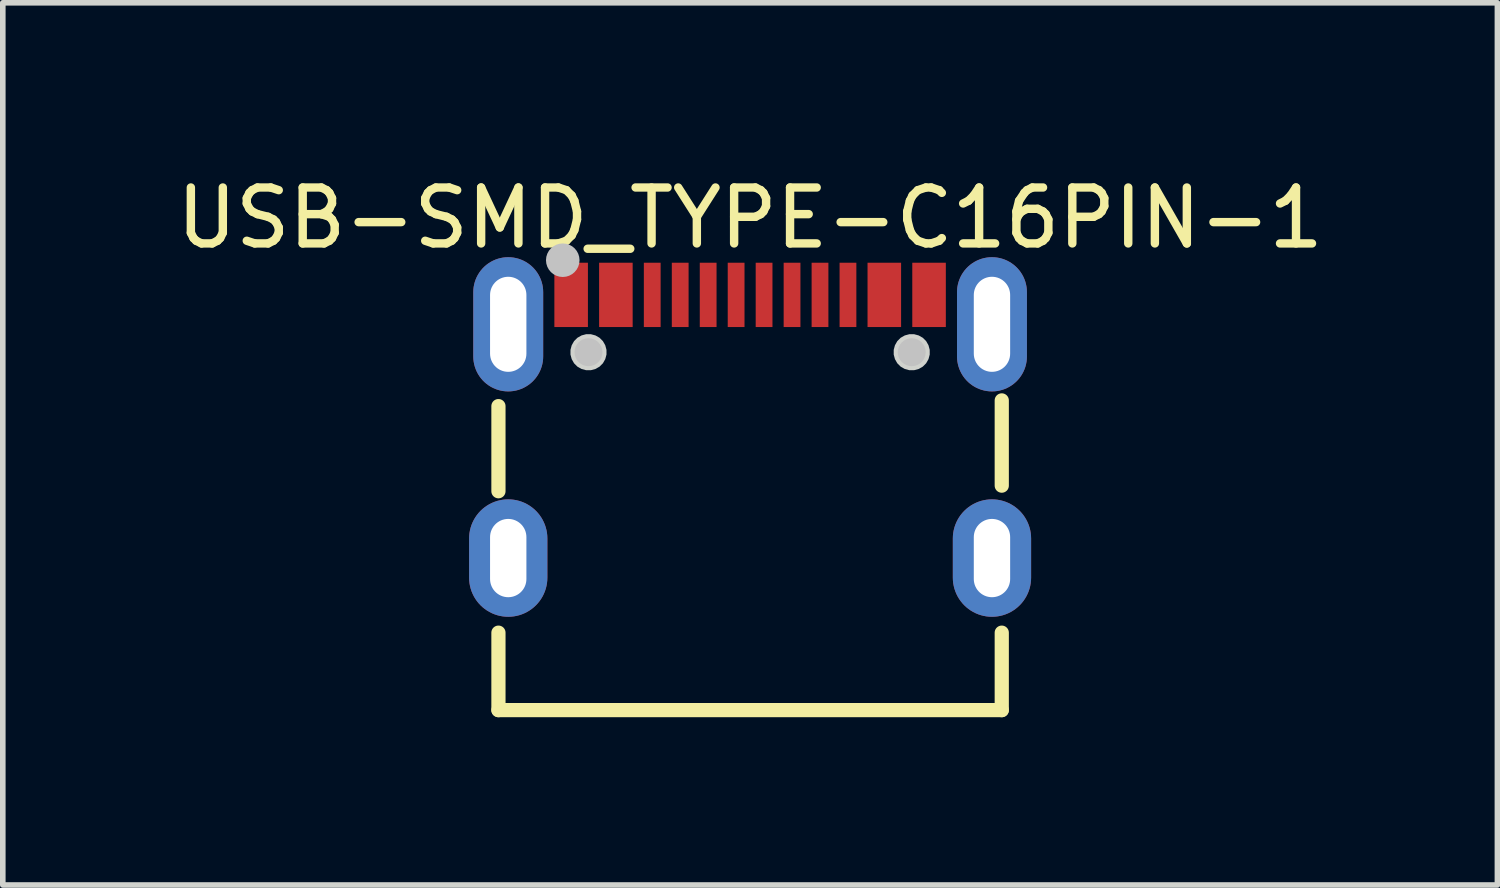
<source format=kicad_pcb>
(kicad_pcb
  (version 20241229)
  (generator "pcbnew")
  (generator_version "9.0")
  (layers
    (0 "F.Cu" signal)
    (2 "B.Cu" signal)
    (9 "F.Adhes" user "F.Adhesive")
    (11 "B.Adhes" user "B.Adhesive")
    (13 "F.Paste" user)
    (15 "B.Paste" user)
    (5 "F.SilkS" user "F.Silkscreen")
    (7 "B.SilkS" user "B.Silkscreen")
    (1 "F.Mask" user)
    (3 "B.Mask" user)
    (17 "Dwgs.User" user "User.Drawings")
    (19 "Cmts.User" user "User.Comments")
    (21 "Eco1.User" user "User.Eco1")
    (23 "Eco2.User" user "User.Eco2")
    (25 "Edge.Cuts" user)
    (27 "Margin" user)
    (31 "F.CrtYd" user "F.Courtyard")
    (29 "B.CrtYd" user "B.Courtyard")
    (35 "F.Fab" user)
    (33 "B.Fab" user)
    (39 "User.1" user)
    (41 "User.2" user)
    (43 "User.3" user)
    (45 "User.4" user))
  (footprint "USB-SMD_TYPE-C16PIN-1"
    (layer "F.Cu")
    (at 10.363 4.576)
    (property "Reference" "USB-SMD_TYPE-C16PIN-1" (at 0 -3.728 0) (layer "F.SilkS") (effects (font (size 1 1) (thickness 0.15))))
    (fp_line (start -4.5 -0.364) (end -4.5 1.158) (stroke (width 0.254) (type default)) (layer "F.SilkS"))
    (fp_line (start -4.5 3.687) (end -4.5 5.072) (stroke (width 0.254) (type default)) (layer "F.SilkS"))
    (fp_line (start -4.5 5.072) (end 4.5 5.072) (stroke (width 0.254) (type default)) (layer "F.SilkS"))
    (fp_line (start 4.5 1.058) (end 4.5 -0.466) (stroke (width 0.254) (type default)) (layer "F.SilkS"))
    (fp_line (start 4.5 5.072) (end 4.5 3.687) (stroke (width 0.254) (type default)) (layer "F.SilkS"))
    (fp_poly (pts (xy -3.5 -2.928) (xy -2.9 -2.928) (xy -2.9 -1.778) (xy -3.5 -1.778)) (stroke (width 0) (type default)) (fill yes) (layer "F.Paste"))
    (fp_poly (pts (xy -2.7 -2.928) (xy -2.1 -2.928) (xy -2.1 -1.778) (xy -2.7 -1.778)) (stroke (width 0) (type default)) (fill yes) (layer "F.Paste"))
    (fp_poly (pts (xy -1.9 -2.928) (xy -1.6 -2.928) (xy -1.6 -1.778) (xy -1.9 -1.778)) (stroke (width 0) (type default)) (fill yes) (layer "F.Paste"))
    (fp_poly (pts (xy -1.4 -2.928) (xy -1.1 -2.928) (xy -1.1 -1.778) (xy -1.4 -1.778)) (stroke (width 0) (type default)) (fill yes) (layer "F.Paste"))
    (fp_poly (pts (xy -0.9 -2.928) (xy -0.6 -2.928) (xy -0.6 -1.778) (xy -0.9 -1.778)) (stroke (width 0) (type default)) (fill yes) (layer "F.Paste"))
    (fp_poly (pts (xy -0.4 -2.928) (xy -0.1 -2.928) (xy -0.1 -1.778) (xy -0.4 -1.778)) (stroke (width 0) (type default)) (fill yes) (layer "F.Paste"))
    (fp_poly (pts (xy 0.1 -2.928) (xy 0.4 -2.928) (xy 0.4 -1.778) (xy 0.1 -1.778)) (stroke (width 0) (type default)) (fill yes) (layer "F.Paste"))
    (fp_poly (pts (xy 0.6 -2.928) (xy 0.9 -2.928) (xy 0.9 -1.778) (xy 0.6 -1.778)) (stroke (width 0) (type default)) (fill yes) (layer "F.Paste"))
    (fp_poly (pts (xy 1.1 -2.928) (xy 1.4 -2.928) (xy 1.4 -1.778) (xy 1.1 -1.778)) (stroke (width 0) (type default)) (fill yes) (layer "F.Paste"))
    (fp_poly (pts (xy 1.6 -2.928) (xy 1.9 -2.928) (xy 1.9 -1.778) (xy 1.6 -1.778)) (stroke (width 0) (type default)) (fill yes) (layer "F.Paste"))
    (fp_poly (pts (xy 2.1 -2.928) (xy 2.7 -2.928) (xy 2.7 -1.778) (xy 2.1 -1.778)) (stroke (width 0) (type default)) (fill yes) (layer "F.Paste"))
    (fp_poly (pts (xy 2.9 -2.928) (xy 3.5 -2.928) (xy 3.5 -1.778) (xy 2.9 -1.778)) (stroke (width 0) (type default)) (fill yes) (layer "F.Paste"))
    (fp_poly (pts (xy -4.279 -3.026) (xy -4.309 -3.027) (xy -4.34 -3.027) (xy -4.372 -3.026) (xy -4.403 -3.023) (xy -4.434 -3.018) (xy -4.464 -3.012) (xy -4.495 -3.005) (xy -4.524 -2.995) (xy -4.553 -2.985) (xy -4.582 -2.973) (xy -4.611 -2.959) (xy -4.638 -2.944) (xy -4.664 -2.928) (xy -4.69 -2.91) (xy -4.715 -2.892) (xy -4.739 -2.872) (xy -4.761 -2.85) (xy -4.784 -2.828) (xy -4.804 -2.804) (xy -4.824 -2.78) (xy -4.841 -2.755) (xy -4.859 -2.728) (xy -4.874 -2.701) (xy -4.888 -2.674) (xy -4.901 -2.646) (xy -4.912 -2.616) (xy -4.923 -2.587) (xy -4.931 -2.557) (xy -4.938 -2.526) (xy -4.943 -2.496) (xy -4.947 -2.465) (xy -4.949 -2.434) (xy -4.95 -2.402) (xy -4.95 -1.252) (xy -4.949 -1.222) (xy -4.947 -1.19) (xy -4.943 -1.159) (xy -4.938 -1.129) (xy -4.931 -1.099) (xy -4.923 -1.069) (xy -4.912 -1.039) (xy -4.901 -1.01) (xy -4.888 -0.982) (xy -4.874 -0.954) (xy -4.859 -0.927) (xy -4.841 -0.9) (xy -4.824 -0.875) (xy -4.804 -0.851) (xy -4.784 -0.828) (xy -4.761 -0.805) (xy -4.739 -0.784) (xy -4.715 -0.764) (xy -4.69 -0.745) (xy -4.664 -0.728) (xy -4.638 -0.712) (xy -4.611 -0.697) (xy -4.582 -0.683) (xy -4.553 -0.671) (xy -4.524 -0.66) (xy -4.495 -0.651) (xy -4.464 -0.643) (xy -4.434 -0.637) (xy -4.403 -0.632) (xy -4.372 -0.629) (xy -4.34 -0.628) (xy -4.309 -0.628) (xy -4.279 -0.629) (xy -4.247 -0.632) (xy -4.216 -0.637) (xy -4.186 -0.643) (xy -4.156 -0.651) (xy -4.126 -0.66) (xy -4.097 -0.671) (xy -4.068 -0.683) (xy -4.04 -0.697) (xy -4.013 -0.712) (xy -3.986 -0.728) (xy -3.961 -0.745) (xy -3.936 -0.764) (xy -3.912 -0.784) (xy -3.889 -0.805) (xy -3.867 -0.828) (xy -3.846 -0.851) (xy -3.827 -0.875) (xy -3.808 -0.9) (xy -3.792 -0.927) (xy -3.776 -0.954) (xy -3.762 -0.982) (xy -3.749 -1.01) (xy -3.738 -1.039) (xy -3.728 -1.069) (xy -3.72 -1.099) (xy -3.712 -1.129) (xy -3.707 -1.159) (xy -3.703 -1.19) (xy -3.701 -1.222) (xy -3.7 -1.252) (xy -3.7 -2.402) (xy -3.701 -2.434) (xy -3.703 -2.465) (xy -3.707 -2.496) (xy -3.712 -2.526) (xy -3.72 -2.557) (xy -3.728 -2.587) (xy -3.738 -2.616) (xy -3.749 -2.646) (xy -3.762 -2.674) (xy -3.776 -2.701) (xy -3.792 -2.728) (xy -3.808 -2.755) (xy -3.827 -2.78) (xy -3.846 -2.804) (xy -3.867 -2.828) (xy -3.889 -2.85) (xy -3.912 -2.872) (xy -3.936 -2.892) (xy -3.961 -2.91) (xy -3.986 -2.928) (xy -4.013 -2.944) (xy -4.04 -2.959) (xy -4.068 -2.973) (xy -4.097 -2.985) (xy -4.126 -2.995) (xy -4.156 -3.005) (xy -4.186 -3.012) (xy -4.216 -3.018) (xy -4.247 -3.023)) (stroke (width 0) (type default)) (fill yes) (layer "F.Paste"))
    (fp_poly (pts (xy -4.273 1.304) (xy -4.308 1.303) (xy -4.343 1.303) (xy -4.378 1.304) (xy -4.412 1.308) (xy -4.447 1.313) (xy -4.481 1.32) (xy -4.514 1.329) (xy -4.548 1.339) (xy -4.581 1.351) (xy -4.613 1.365) (xy -4.644 1.38) (xy -4.675 1.397) (xy -4.705 1.415) (xy -4.734 1.435) (xy -4.761 1.456) (xy -4.788 1.478) (xy -4.814 1.502) (xy -4.838 1.526) (xy -4.862 1.552) (xy -4.883 1.58) (xy -4.904 1.609) (xy -4.923 1.637) (xy -4.94 1.668) (xy -4.956 1.699) (xy -4.97 1.731) (xy -4.983 1.764) (xy -4.994 1.796) (xy -5.003 1.83) (xy -5.011 1.864) (xy -5.018 1.899) (xy -5.021 1.933) (xy -5.024 1.968) (xy -5.025 2.002) (xy -5.025 2.703) (xy -5.024 2.737) (xy -5.021 2.772) (xy -5.018 2.807) (xy -5.011 2.841) (xy -5.003 2.876) (xy -4.994 2.909) (xy -4.983 2.942) (xy -4.97 2.974) (xy -4.956 3.006) (xy -4.94 3.038) (xy -4.923 3.067) (xy -4.904 3.097) (xy -4.883 3.126) (xy -4.862 3.152) (xy -4.838 3.179) (xy -4.814 3.204) (xy -4.788 3.228) (xy -4.761 3.25) (xy -4.734 3.271) (xy -4.705 3.291) (xy -4.675 3.309) (xy -4.644 3.325) (xy -4.613 3.341) (xy -4.581 3.354) (xy -4.548 3.366) (xy -4.514 3.377) (xy -4.481 3.385) (xy -4.447 3.392) (xy -4.412 3.397) (xy -4.378 3.401) (xy -4.343 3.402) (xy -4.308 3.402) (xy -4.273 3.401) (xy -4.238 3.397) (xy -4.204 3.392) (xy -4.17 3.385) (xy -4.136 3.377) (xy -4.102 3.366) (xy -4.069 3.354) (xy -4.037 3.341) (xy -4.006 3.325) (xy -3.975 3.309) (xy -3.946 3.291) (xy -3.917 3.271) (xy -3.889 3.25) (xy -3.862 3.228) (xy -3.837 3.204) (xy -3.812 3.179) (xy -3.789 3.152) (xy -3.767 3.126) (xy -3.747 3.097) (xy -3.728 3.067) (xy -3.711 3.038) (xy -3.695 3.006) (xy -3.68 2.974) (xy -3.667 2.942) (xy -3.656 2.909) (xy -3.647 2.876) (xy -3.639 2.841) (xy -3.633 2.807) (xy -3.628 2.772) (xy -3.626 2.737) (xy -3.625 2.703) (xy -3.625 2.002) (xy -3.626 1.968) (xy -3.628 1.933) (xy -3.633 1.899) (xy -3.639 1.864) (xy -3.647 1.83) (xy -3.656 1.796) (xy -3.667 1.764) (xy -3.68 1.731) (xy -3.695 1.699) (xy -3.711 1.668) (xy -3.728 1.637) (xy -3.747 1.609) (xy -3.767 1.58) (xy -3.789 1.552) (xy -3.812 1.526) (xy -3.837 1.502) (xy -3.862 1.478) (xy -3.889 1.456) (xy -3.917 1.435) (xy -3.946 1.415) (xy -3.975 1.397) (xy -4.006 1.38) (xy -4.037 1.365) (xy -4.069 1.351) (xy -4.102 1.339) (xy -4.136 1.329) (xy -4.17 1.32) (xy -4.204 1.313) (xy -4.238 1.308)) (stroke (width 0) (type default)) (fill yes) (layer "F.Paste"))
    (fp_poly (pts (xy 4.372 -3.026) (xy 4.34 -3.027) (xy 4.309 -3.027) (xy 4.279 -3.026) (xy 4.247 -3.023) (xy 4.216 -3.018) (xy 4.186 -3.012) (xy 4.156 -3.005) (xy 4.126 -2.995) (xy 4.097 -2.985) (xy 4.068 -2.973) (xy 4.04 -2.959) (xy 4.013 -2.944) (xy 3.986 -2.928) (xy 3.961 -2.91) (xy 3.936 -2.892) (xy 3.912 -2.872) (xy 3.889 -2.85) (xy 3.867 -2.828) (xy 3.846 -2.804) (xy 3.827 -2.78) (xy 3.808 -2.755) (xy 3.792 -2.728) (xy 3.776 -2.701) (xy 3.762 -2.674) (xy 3.749 -2.646) (xy 3.738 -2.616) (xy 3.728 -2.587) (xy 3.72 -2.557) (xy 3.712 -2.526) (xy 3.707 -2.496) (xy 3.703 -2.465) (xy 3.701 -2.434) (xy 3.7 -2.402) (xy 3.7 -1.252) (xy 3.701 -1.222) (xy 3.703 -1.19) (xy 3.707 -1.159) (xy 3.712 -1.129) (xy 3.72 -1.099) (xy 3.728 -1.069) (xy 3.738 -1.039) (xy 3.749 -1.01) (xy 3.762 -0.982) (xy 3.776 -0.954) (xy 3.792 -0.927) (xy 3.808 -0.9) (xy 3.827 -0.875) (xy 3.846 -0.851) (xy 3.867 -0.828) (xy 3.889 -0.805) (xy 3.912 -0.784) (xy 3.936 -0.764) (xy 3.961 -0.745) (xy 3.986 -0.728) (xy 4.013 -0.712) (xy 4.04 -0.697) (xy 4.068 -0.683) (xy 4.097 -0.671) (xy 4.126 -0.66) (xy 4.156 -0.651) (xy 4.186 -0.643) (xy 4.216 -0.637) (xy 4.247 -0.632) (xy 4.279 -0.629) (xy 4.309 -0.628) (xy 4.34 -0.628) (xy 4.372 -0.629) (xy 4.403 -0.632) (xy 4.434 -0.637) (xy 4.464 -0.643) (xy 4.495 -0.651) (xy 4.524 -0.66) (xy 4.553 -0.671) (xy 4.582 -0.683) (xy 4.611 -0.697) (xy 4.638 -0.712) (xy 4.664 -0.728) (xy 4.69 -0.745) (xy 4.715 -0.764) (xy 4.739 -0.784) (xy 4.761 -0.805) (xy 4.784 -0.828) (xy 4.804 -0.851) (xy 4.824 -0.875) (xy 4.841 -0.9) (xy 4.859 -0.927) (xy 4.874 -0.954) (xy 4.888 -0.982) (xy 4.901 -1.01) (xy 4.912 -1.039) (xy 4.923 -1.069) (xy 4.931 -1.099) (xy 4.938 -1.129) (xy 4.943 -1.159) (xy 4.947 -1.19) (xy 4.949 -1.222) (xy 4.95 -1.252) (xy 4.95 -2.402) (xy 4.949 -2.434) (xy 4.947 -2.465) (xy 4.943 -2.496) (xy 4.938 -2.526) (xy 4.931 -2.557) (xy 4.923 -2.587) (xy 4.912 -2.616) (xy 4.901 -2.646) (xy 4.888 -2.674) (xy 4.874 -2.701) (xy 4.859 -2.728) (xy 4.841 -2.755) (xy 4.824 -2.78) (xy 4.804 -2.804) (xy 4.784 -2.828) (xy 4.761 -2.85) (xy 4.739 -2.872) (xy 4.715 -2.892) (xy 4.69 -2.91) (xy 4.664 -2.928) (xy 4.638 -2.944) (xy 4.611 -2.959) (xy 4.582 -2.973) (xy 4.553 -2.985) (xy 4.524 -2.995) (xy 4.495 -3.005) (xy 4.464 -3.012) (xy 4.434 -3.018) (xy 4.403 -3.023)) (stroke (width 0) (type default)) (fill yes) (layer "F.Paste"))
    (fp_poly (pts (xy 4.378 1.304) (xy 4.343 1.303) (xy 4.308 1.303) (xy 4.273 1.304) (xy 4.238 1.308) (xy 4.204 1.313) (xy 4.17 1.32) (xy 4.136 1.329) (xy 4.102 1.339) (xy 4.069 1.351) (xy 4.037 1.365) (xy 4.006 1.38) (xy 3.975 1.397) (xy 3.946 1.415) (xy 3.917 1.435) (xy 3.889 1.456) (xy 3.862 1.478) (xy 3.837 1.502) (xy 3.812 1.526) (xy 3.789 1.552) (xy 3.767 1.58) (xy 3.747 1.609) (xy 3.728 1.637) (xy 3.711 1.668) (xy 3.695 1.699) (xy 3.68 1.731) (xy 3.667 1.764) (xy 3.656 1.796) (xy 3.647 1.83) (xy 3.639 1.864) (xy 3.633 1.899) (xy 3.628 1.933) (xy 3.626 1.968) (xy 3.625 2.002) (xy 3.625 2.703) (xy 3.626 2.737) (xy 3.628 2.772) (xy 3.633 2.807) (xy 3.639 2.841) (xy 3.647 2.876) (xy 3.656 2.909) (xy 3.667 2.942) (xy 3.68 2.974) (xy 3.695 3.006) (xy 3.711 3.038) (xy 3.728 3.067) (xy 3.747 3.097) (xy 3.767 3.126) (xy 3.789 3.152) (xy 3.812 3.179) (xy 3.837 3.204) (xy 3.862 3.228) (xy 3.889 3.25) (xy 3.917 3.271) (xy 3.946 3.291) (xy 3.975 3.309) (xy 4.006 3.325) (xy 4.037 3.341) (xy 4.069 3.354) (xy 4.102 3.366) (xy 4.136 3.377) (xy 4.17 3.385) (xy 4.204 3.392) (xy 4.238 3.397) (xy 4.273 3.401) (xy 4.308 3.402) (xy 4.343 3.402) (xy 4.378 3.401) (xy 4.412 3.397) (xy 4.447 3.392) (xy 4.481 3.385) (xy 4.514 3.377) (xy 4.548 3.366) (xy 4.581 3.354) (xy 4.613 3.341) (xy 4.644 3.325) (xy 4.675 3.309) (xy 4.705 3.291) (xy 4.734 3.271) (xy 4.761 3.25) (xy 4.788 3.228) (xy 4.814 3.204) (xy 4.838 3.179) (xy 4.862 3.152) (xy 4.883 3.126) (xy 4.904 3.097) (xy 4.923 3.067) (xy 4.94 3.038) (xy 4.956 3.006) (xy 4.97 2.974) (xy 4.983 2.942) (xy 4.994 2.909) (xy 5.003 2.876) (xy 5.011 2.841) (xy 5.018 2.807) (xy 5.021 2.772) (xy 5.024 2.737) (xy 5.025 2.703) (xy 5.025 2.002) (xy 5.024 1.968) (xy 5.021 1.933) (xy 5.018 1.899) (xy 5.011 1.864) (xy 5.003 1.83) (xy 4.994 1.796) (xy 4.983 1.764) (xy 4.97 1.731) (xy 4.956 1.699) (xy 4.94 1.668) (xy 4.923 1.637) (xy 4.904 1.609) (xy 4.883 1.58) (xy 4.862 1.552) (xy 4.838 1.526) (xy 4.814 1.502) (xy 4.788 1.478) (xy 4.761 1.456) (xy 4.734 1.435) (xy 4.705 1.415) (xy 4.675 1.397) (xy 4.644 1.38) (xy 4.613 1.365) (xy 4.581 1.351) (xy 4.548 1.339) (xy 4.514 1.329) (xy 4.481 1.32) (xy 4.447 1.313) (xy 4.412 1.308)) (stroke (width 0) (type default)) (fill yes) (layer "F.Paste"))
    (fp_circle (center -3.35 -2.973) (end -3.2 -2.973) (stroke (width 0.3) (type default)) (fill no) (layer "Dwgs.User"))
    (fp_circle (center -2.89 -1.328) (end -2.765 -1.328) (stroke (width 0.25) (type default)) (fill no) (layer "Dwgs.User"))
    (fp_circle (center 2.89 -1.328) (end 3.015 -1.328) (stroke (width 0.25) (type default)) (fill no) (layer "Dwgs.User"))
    (fp_poly (pts (xy -2.568 -1.37) (xy -2.59 -1.452) (xy -2.632 -1.526) (xy -2.692 -1.586) (xy -2.766 -1.628) (xy -2.848 -1.65) (xy -2.932 -1.65) (xy -3.014 -1.628) (xy -3.088 -1.586) (xy -3.148 -1.526) (xy -3.19 -1.452) (xy -3.212 -1.37) (xy -3.212 -1.286) (xy -3.19 -1.204) (xy -3.148 -1.13) (xy -3.088 -1.07) (xy -3.014 -1.028) (xy -2.932 -1.006) (xy -2.848 -1.006) (xy -2.766 -1.028) (xy -2.692 -1.07) (xy -2.632 -1.13) (xy -2.59 -1.204) (xy -2.568 -1.286)) (stroke (width 0) (type default)) (fill yes) (layer "Edge.Cuts"))
    (fp_poly (pts (xy 3.212 -1.37) (xy 3.19 -1.452) (xy 3.148 -1.526) (xy 3.088 -1.586) (xy 3.014 -1.628) (xy 2.932 -1.65) (xy 2.848 -1.65) (xy 2.766 -1.628) (xy 2.692 -1.586) (xy 2.632 -1.526) (xy 2.59 -1.452) (xy 2.568 -1.37) (xy 2.568 -1.286) (xy 2.59 -1.204) (xy 2.632 -1.13) (xy 2.692 -1.07) (xy 2.766 -1.028) (xy 2.848 -1.006) (xy 2.932 -1.006) (xy 3.014 -1.028) (xy 3.088 -1.07) (xy 3.148 -1.13) (xy 3.19 -1.204) (xy 3.212 -1.286)) (stroke (width 0) (type default)) (fill yes) (layer "Edge.Cuts"))
    (fp_poly (pts (xy -4.5 -2.377) (xy -4.2 -2.377) (xy -4.2 -1.278) (xy -4.5 -1.278)) (stroke (width 0.1) (type default)) (fill no) (layer "User.1"))
    (fp_poly (pts (xy -4.5 1.952) (xy -4.2 1.952) (xy -4.2 2.752) (xy -4.5 2.752)) (stroke (width 0.1) (type default)) (fill no) (layer "User.1"))
    (fp_poly (pts (xy -3.42 -2.638) (xy -2.98 -2.638) (xy -2.98 -2.038) (xy -3.42 -2.038)) (stroke (width 0.1) (type default)) (fill no) (layer "User.1"))
    (fp_poly (pts (xy -2.62 -2.638) (xy -2.18 -2.638) (xy -2.18 -2.038) (xy -2.62 -2.038)) (stroke (width 0.1) (type default)) (fill no) (layer "User.1"))
    (fp_poly (pts (xy -1.825 -2.638) (xy -1.675 -2.638) (xy -1.675 -2.038) (xy -1.825 -2.038)) (stroke (width 0.1) (type default)) (fill no) (layer "User.1"))
    (fp_poly (pts (xy -1.325 -2.638) (xy -1.175 -2.638) (xy -1.175 -2.038) (xy -1.325 -2.038)) (stroke (width 0.1) (type default)) (fill no) (layer "User.1"))
    (fp_poly (pts (xy -0.825 -2.638) (xy -0.675 -2.638) (xy -0.675 -2.038) (xy -0.825 -2.038)) (stroke (width 0.1) (type default)) (fill no) (layer "User.1"))
    (fp_poly (pts (xy -0.325 -2.638) (xy -0.175 -2.638) (xy -0.175 -2.038) (xy -0.325 -2.038)) (stroke (width 0.1) (type default)) (fill no) (layer "User.1"))
    (fp_poly (pts (xy 0.175 -2.638) (xy 0.325 -2.638) (xy 0.325 -2.038) (xy 0.175 -2.038)) (stroke (width 0.1) (type default)) (fill no) (layer "User.1"))
    (fp_poly (pts (xy 0.675 -2.638) (xy 0.825 -2.638) (xy 0.825 -2.038) (xy 0.675 -2.038)) (stroke (width 0.1) (type default)) (fill no) (layer "User.1"))
    (fp_poly (pts (xy 1.175 -2.638) (xy 1.325 -2.638) (xy 1.325 -2.038) (xy 1.175 -2.038)) (stroke (width 0.1) (type default)) (fill no) (layer "User.1"))
    (fp_poly (pts (xy 1.675 -2.638) (xy 1.825 -2.638) (xy 1.825 -2.038) (xy 1.675 -2.038)) (stroke (width 0.1) (type default)) (fill no) (layer "User.1"))
    (fp_poly (pts (xy 2.18 -2.638) (xy 2.62 -2.638) (xy 2.62 -2.038) (xy 2.18 -2.038)) (stroke (width 0.1) (type default)) (fill no) (layer "User.1"))
    (fp_poly (pts (xy 2.98 -2.638) (xy 3.42 -2.638) (xy 3.42 -2.038) (xy 2.98 -2.038)) (stroke (width 0.1) (type default)) (fill no) (layer "User.1"))
    (fp_poly (pts (xy 4.2 -2.377) (xy 4.5 -2.377) (xy 4.5 -1.278) (xy 4.2 -1.278)) (stroke (width 0.1) (type default)) (fill no) (layer "User.1"))
    (fp_poly (pts (xy 4.2 1.952) (xy 4.5 1.952) (xy 4.5 2.752) (xy 4.2 2.752)) (stroke (width 0.1) (type default)) (fill no) (layer "User.1"))
    (fp_line (start -4.5 -2.377) (end 4.5 -2.377) (stroke (width 0.051) (type default)) (layer "User.2"))
    (fp_line (start -4.5 5.022) (end -4.5 -2.377) (stroke (width 0.051) (type default)) (layer "User.2"))
    (fp_line (start 4.5 -2.377) (end 4.5 5.022) (stroke (width 0.051) (type default)) (layer "User.2"))
    (fp_line (start 4.5 5.022) (end -4.5 5.022) (stroke (width 0.051) (type default)) (layer "User.2"))
    (fp_poly (pts (xy -4.445 -2.66) (xy -4.477 -2.693) (xy -4.523 -2.693) (xy -4.555 -2.66) (xy -4.555 -2.615) (xy -4.523 -2.582) (xy -4.477 -2.582) (xy -4.445 -2.615)) (stroke (width 0.1) (type default)) (fill no) (layer "User.3"))
    (pad "17" thru_hole oval (at -4.325 -1.827) (size 1.25 2.4) (drill oval 0.65 1.7) (layers "*.Cu" "*.Mask"))
    (pad "18" thru_hole oval (at 4.325 -1.827) (size 1.25 2.4) (drill oval 0.65 1.7) (layers "*.Cu" "*.Mask"))
    (pad "19" thru_hole oval (at -4.325 2.353) (size 1.4 2.1) (drill oval 0.65 1.4) (layers "*.Cu" "*.Mask"))
    (pad "20" thru_hole oval (at 4.325 2.353) (size 1.4 2.1) (drill oval 0.65 1.4) (layers "*.Cu" "*.Mask"))
    (pad "A1B12" smd rect (at -3.2 -2.353) (size 0.6 1.15) (layers "F.Cu" "F.Mask" "F.Paste"))
    (pad "A4B9" smd rect (at -2.4 -2.353) (size 0.6 1.15) (layers "F.Cu" "F.Mask" "F.Paste"))
    (pad "A5" smd rect (at -1.25 -2.353) (size 0.3 1.15) (layers "F.Cu" "F.Mask" "F.Paste"))
    (pad "A6" smd rect (at -0.25 -2.353) (size 0.3 1.15) (layers "F.Cu" "F.Mask" "F.Paste"))
    (pad "A7" smd rect (at 0.25 -2.353) (size 0.3 1.15) (layers "F.Cu" "F.Mask" "F.Paste"))
    (pad "A8" smd rect (at 1.25 -2.353) (size 0.3 1.15) (layers "F.Cu" "F.Mask" "F.Paste"))
    (pad "B1A12" smd rect (at 3.2 -2.353) (size 0.6 1.15) (layers "F.Cu" "F.Mask" "F.Paste"))
    (pad "B4A9" smd rect (at 2.4 -2.353) (size 0.6 1.15) (layers "F.Cu" "F.Mask" "F.Paste"))
    (pad "B5" smd rect (at 1.75 -2.353) (size 0.3 1.15) (layers "F.Cu" "F.Mask" "F.Paste"))
    (pad "B6" smd rect (at 0.75 -2.353) (size 0.3 1.15) (layers "F.Cu" "F.Mask" "F.Paste"))
    (pad "B7" smd rect (at -0.75 -2.353) (size 0.3 1.15) (layers "F.Cu" "F.Mask" "F.Paste"))
    (pad "B8" smd rect (at -1.75 -2.353) (size 0.3 1.15) (layers "F.Cu" "F.Mask" "F.Paste")))
  (gr_rect
    (start -3 -3)
    (end 23.726 12.775)
    (stroke (width 0.1) (type default))
    (fill no)
    (layer "Edge.Cuts")))
</source>
